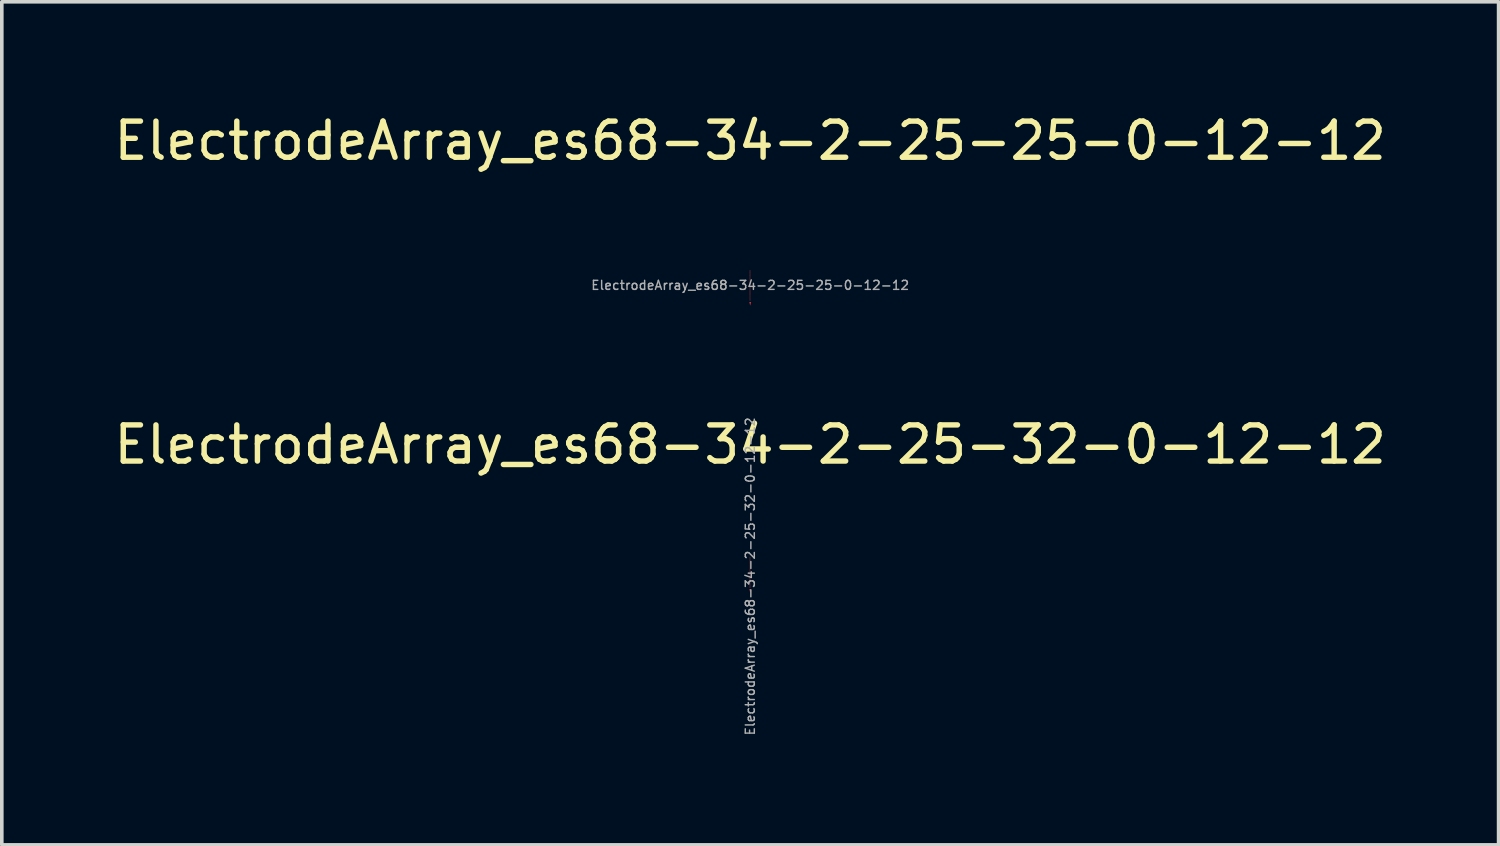
<source format=kicad_pcb>
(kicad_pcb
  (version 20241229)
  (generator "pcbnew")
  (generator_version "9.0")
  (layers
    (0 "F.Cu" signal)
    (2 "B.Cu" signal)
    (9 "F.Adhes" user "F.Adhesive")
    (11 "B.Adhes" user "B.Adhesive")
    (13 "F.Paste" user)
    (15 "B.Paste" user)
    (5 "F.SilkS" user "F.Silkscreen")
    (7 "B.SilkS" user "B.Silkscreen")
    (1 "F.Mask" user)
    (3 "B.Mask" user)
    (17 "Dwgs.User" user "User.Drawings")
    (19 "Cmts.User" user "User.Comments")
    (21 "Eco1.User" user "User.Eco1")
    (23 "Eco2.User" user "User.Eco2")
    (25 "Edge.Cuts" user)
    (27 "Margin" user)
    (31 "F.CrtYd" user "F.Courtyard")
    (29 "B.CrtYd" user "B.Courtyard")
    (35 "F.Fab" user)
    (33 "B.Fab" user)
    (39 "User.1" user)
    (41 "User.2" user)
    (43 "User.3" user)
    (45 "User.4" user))
  (footprint "ElectrodeArray_es68-34-2-25-25-0-12-12"
    (layer "F.Cu")
    (at 17.72 4.848)
    (property "Reference" "ElectrodeArray_es68-34-2-25-25-0-12-12" (at 0 -4 0) (layer "F.SilkS") (effects (font (size 1 1) (thickness 0.15))))
    (attr smd)
    (fp_text user "${REFERENCE}" (at 0 0 0) (unlocked yes) (layer "F.Fab") (effects (font (size 0.25 0.25) (thickness 0.04))))
    (pad "1" smd rect (at -0.013 -0.412) (size 0.012 0.012) (layers "F.Cu" "F.Mask" "F.Paste"))
    (pad "2" smd rect (at 0.013 -0.412) (size 0.012 0.012) (layers "F.Cu" "F.Mask" "F.Paste"))
    (pad "3" smd rect (at -0.013 -0.388) (size 0.012 0.012) (layers "F.Cu" "F.Mask" "F.Paste"))
    (pad "4" smd rect (at 0.013 -0.388) (size 0.012 0.012) (layers "F.Cu" "F.Mask" "F.Paste"))
    (pad "5" smd rect (at -0.013 -0.362) (size 0.012 0.012) (layers "F.Cu" "F.Mask" "F.Paste"))
    (pad "6" smd rect (at 0.013 -0.362) (size 0.012 0.012) (layers "F.Cu" "F.Mask" "F.Paste"))
    (pad "7" smd rect (at -0.013 -0.338) (size 0.012 0.012) (layers "F.Cu" "F.Mask" "F.Paste"))
    (pad "8" smd rect (at 0.013 -0.338) (size 0.012 0.012) (layers "F.Cu" "F.Mask" "F.Paste"))
    (pad "9" smd rect (at -0.013 -0.312) (size 0.012 0.012) (layers "F.Cu" "F.Mask" "F.Paste"))
    (pad "10" smd rect (at 0.013 -0.312) (size 0.012 0.012) (layers "F.Cu" "F.Mask" "F.Paste"))
    (pad "11" smd rect (at -0.013 -0.287) (size 0.012 0.012) (layers "F.Cu" "F.Mask" "F.Paste"))
    (pad "12" smd rect (at 0.013 -0.287) (size 0.012 0.012) (layers "F.Cu" "F.Mask" "F.Paste"))
    (pad "13" smd rect (at -0.013 -0.263) (size 0.012 0.012) (layers "F.Cu" "F.Mask" "F.Paste"))
    (pad "14" smd rect (at 0.013 -0.263) (size 0.012 0.012) (layers "F.Cu" "F.Mask" "F.Paste"))
    (pad "15" smd rect (at -0.013 -0.237) (size 0.012 0.012) (layers "F.Cu" "F.Mask" "F.Paste"))
    (pad "16" smd rect (at 0.013 -0.237) (size 0.012 0.012) (layers "F.Cu" "F.Mask" "F.Paste"))
    (pad "17" smd rect (at -0.013 -0.212) (size 0.012 0.012) (layers "F.Cu" "F.Mask" "F.Paste"))
    (pad "18" smd rect (at 0.013 -0.212) (size 0.012 0.012) (layers "F.Cu" "F.Mask" "F.Paste"))
    (pad "19" smd rect (at -0.013 -0.188) (size 0.012 0.012) (layers "F.Cu" "F.Mask" "F.Paste"))
    (pad "20" smd rect (at 0.013 -0.188) (size 0.012 0.012) (layers "F.Cu" "F.Mask" "F.Paste"))
    (pad "21" smd rect (at -0.013 -0.163) (size 0.012 0.012) (layers "F.Cu" "F.Mask" "F.Paste"))
    (pad "22" smd rect (at 0.013 -0.163) (size 0.012 0.012) (layers "F.Cu" "F.Mask" "F.Paste"))
    (pad "23" smd rect (at -0.013 -0.138) (size 0.012 0.012) (layers "F.Cu" "F.Mask" "F.Paste"))
    (pad "24" smd rect (at 0.013 -0.138) (size 0.012 0.012) (layers "F.Cu" "F.Mask" "F.Paste"))
    (pad "25" smd rect (at -0.013 -0.113) (size 0.012 0.012) (layers "F.Cu" "F.Mask" "F.Paste"))
    (pad "26" smd rect (at 0.013 -0.113) (size 0.012 0.012) (layers "F.Cu" "F.Mask" "F.Paste"))
    (pad "27" smd rect (at -0.013 -0.087) (size 0.012 0.012) (layers "F.Cu" "F.Mask" "F.Paste"))
    (pad "28" smd rect (at 0.013 -0.087) (size 0.012 0.012) (layers "F.Cu" "F.Mask" "F.Paste"))
    (pad "29" smd rect (at -0.013 -0.062) (size 0.012 0.012) (layers "F.Cu" "F.Mask" "F.Paste"))
    (pad "30" smd rect (at 0.013 -0.062) (size 0.012 0.012) (layers "F.Cu" "F.Mask" "F.Paste"))
    (pad "31" smd rect (at -0.013 -0.037) (size 0.012 0.012) (layers "F.Cu" "F.Mask" "F.Paste"))
    (pad "32" smd rect (at 0.013 -0.037) (size 0.012 0.012) (layers "F.Cu" "F.Mask" "F.Paste"))
    (pad "33" smd rect (at -0.013 -0.013) (size 0.012 0.012) (layers "F.Cu" "F.Mask" "F.Paste"))
    (pad "34" smd rect (at 0.013 -0.013) (size 0.012 0.012) (layers "F.Cu" "F.Mask" "F.Paste"))
    (pad "35" smd rect (at -0.013 0.013) (size 0.012 0.012) (layers "F.Cu" "F.Mask" "F.Paste"))
    (pad "36" smd rect (at 0.013 0.013) (size 0.012 0.012) (layers "F.Cu" "F.Mask" "F.Paste"))
    (pad "37" smd rect (at -0.013 0.037) (size 0.012 0.012) (layers "F.Cu" "F.Mask" "F.Paste"))
    (pad "38" smd rect (at 0.013 0.037) (size 0.012 0.012) (layers "F.Cu" "F.Mask" "F.Paste"))
    (pad "39" smd rect (at -0.013 0.062) (size 0.012 0.012) (layers "F.Cu" "F.Mask" "F.Paste"))
    (pad "40" smd rect (at 0.013 0.062) (size 0.012 0.012) (layers "F.Cu" "F.Mask" "F.Paste"))
    (pad "41" smd rect (at -0.013 0.087) (size 0.012 0.012) (layers "F.Cu" "F.Mask" "F.Paste"))
    (pad "42" smd rect (at 0.013 0.087) (size 0.012 0.012) (layers "F.Cu" "F.Mask" "F.Paste"))
    (pad "43" smd rect (at -0.013 0.113) (size 0.012 0.012) (layers "F.Cu" "F.Mask" "F.Paste"))
    (pad "44" smd rect (at 0.013 0.113) (size 0.012 0.012) (layers "F.Cu" "F.Mask" "F.Paste"))
    (pad "45" smd rect (at -0.013 0.138) (size 0.012 0.012) (layers "F.Cu" "F.Mask" "F.Paste"))
    (pad "46" smd rect (at 0.013 0.138) (size 0.012 0.012) (layers "F.Cu" "F.Mask" "F.Paste"))
    (pad "47" smd rect (at -0.013 0.163) (size 0.012 0.012) (layers "F.Cu" "F.Mask" "F.Paste"))
    (pad "48" smd rect (at 0.013 0.163) (size 0.012 0.012) (layers "F.Cu" "F.Mask" "F.Paste"))
    (pad "49" smd rect (at -0.013 0.188) (size 0.012 0.012) (layers "F.Cu" "F.Mask" "F.Paste"))
    (pad "50" smd rect (at 0.013 0.188) (size 0.012 0.012) (layers "F.Cu" "F.Mask" "F.Paste"))
    (pad "51" smd rect (at -0.013 0.212) (size 0.012 0.012) (layers "F.Cu" "F.Mask" "F.Paste"))
    (pad "52" smd rect (at 0.013 0.212) (size 0.012 0.012) (layers "F.Cu" "F.Mask" "F.Paste"))
    (pad "53" smd rect (at -0.013 0.237) (size 0.012 0.012) (layers "F.Cu" "F.Mask" "F.Paste"))
    (pad "54" smd rect (at 0.013 0.237) (size 0.012 0.012) (layers "F.Cu" "F.Mask" "F.Paste"))
    (pad "55" smd rect (at -0.013 0.263) (size 0.012 0.012) (layers "F.Cu" "F.Mask" "F.Paste"))
    (pad "56" smd rect (at 0.013 0.263) (size 0.012 0.012) (layers "F.Cu" "F.Mask" "F.Paste"))
    (pad "57" smd rect (at -0.013 0.287) (size 0.012 0.012) (layers "F.Cu" "F.Mask" "F.Paste"))
    (pad "58" smd rect (at 0.013 0.287) (size 0.012 0.012) (layers "F.Cu" "F.Mask" "F.Paste"))
    (pad "59" smd rect (at -0.013 0.312) (size 0.012 0.012) (layers "F.Cu" "F.Mask" "F.Paste"))
    (pad "60" smd rect (at 0.013 0.312) (size 0.012 0.012) (layers "F.Cu" "F.Mask" "F.Paste"))
    (pad "61" smd rect (at -0.013 0.338) (size 0.012 0.012) (layers "F.Cu" "F.Mask" "F.Paste"))
    (pad "62" smd rect (at 0.013 0.338) (size 0.012 0.012) (layers "F.Cu" "F.Mask" "F.Paste"))
    (pad "63" smd rect (at -0.013 0.362) (size 0.012 0.012) (layers "F.Cu" "F.Mask" "F.Paste"))
    (pad "64" smd rect (at 0.013 0.362) (size 0.012 0.012) (layers "F.Cu" "F.Mask" "F.Paste"))
    (pad "65" smd rect (at -0.013 0.388) (size 0.012 0.012) (layers "F.Cu" "F.Mask" "F.Paste"))
    (pad "66" smd rect (at 0.013 0.388) (size 0.012 0.012) (layers "F.Cu" "F.Mask" "F.Paste"))
    (pad "67" smd rect (at -0.013 0.412) (size 0.012 0.012) (layers "F.Cu" "F.Mask" "F.Paste"))
    (pad "68" smd rect (at 0.013 0.412) (size 0.012 0.012) (layers "F.Cu" "F.Mask" "F.Paste"))
    (pad "MP" smd custom (at 0 0.476) (size 0.012 0.012) (layers "F.Cu" "F.Mask" "F.Paste") (options (anchor rect)) (primitives (gr_poly (pts (xy 0.025 -0.013) (xy 0 0.087) (xy -0.025 -0.013)) (width 0) (fill yes)))))
  (footprint "ElectrodeArray_es68-34-2-25-32-0-12-12"
    (layer "F.Cu")
    (at 17.72 13.259)
    (property "Reference" "ElectrodeArray_es68-34-2-25-32-0-12-12" (at 0 -4 0) (layer "F.SilkS") (effects (font (size 1 1) (thickness 0.15))))
    (attr smd)
    (fp_text user "${REFERENCE}" (at 0 -0.352 90) (unlocked yes) (layer "F.Fab") (effects (font (size 0.25 0.25) (thickness 0.04))))
    (pad "1" smd rect (at -0.016 -0.875) (size 0.012 0.012) (layers "F.Cu" "F.Mask" "F.Paste"))
    (pad "2" smd rect (at 0.016 -0.875) (size 0.012 0.012) (layers "F.Cu" "F.Mask" "F.Paste"))
    (pad "3" smd rect (at -0.016 -0.851) (size 0.012 0.012) (layers "F.Cu" "F.Mask" "F.Paste"))
    (pad "4" smd rect (at 0.016 -0.851) (size 0.012 0.012) (layers "F.Cu" "F.Mask" "F.Paste"))
    (pad "5" smd rect (at -0.016 -0.826) (size 0.012 0.012) (layers "F.Cu" "F.Mask" "F.Paste"))
    (pad "6" smd rect (at 0.016 -0.826) (size 0.012 0.012) (layers "F.Cu" "F.Mask" "F.Paste"))
    (pad "7" smd rect (at -0.016 -0.8) (size 0.012 0.012) (layers "F.Cu" "F.Mask" "F.Paste"))
    (pad "8" smd rect (at 0.016 -0.8) (size 0.012 0.012) (layers "F.Cu" "F.Mask" "F.Paste"))
    (pad "9" smd rect (at -0.016 -0.775) (size 0.012 0.012) (layers "F.Cu" "F.Mask" "F.Paste"))
    (pad "10" smd rect (at 0.016 -0.775) (size 0.012 0.012) (layers "F.Cu" "F.Mask" "F.Paste"))
    (pad "11" smd rect (at -0.016 -0.75) (size 0.012 0.012) (layers "F.Cu" "F.Mask" "F.Paste"))
    (pad "12" smd rect (at 0.016 -0.75) (size 0.012 0.012) (layers "F.Cu" "F.Mask" "F.Paste"))
    (pad "13" smd rect (at -0.016 -0.726) (size 0.012 0.012) (layers "F.Cu" "F.Mask" "F.Paste"))
    (pad "14" smd rect (at 0.016 -0.726) (size 0.012 0.012) (layers "F.Cu" "F.Mask" "F.Paste"))
    (pad "15" smd rect (at -0.016 -0.701) (size 0.012 0.012) (layers "F.Cu" "F.Mask" "F.Paste"))
    (pad "16" smd rect (at 0.016 -0.701) (size 0.012 0.012) (layers "F.Cu" "F.Mask" "F.Paste"))
    (pad "17" smd rect (at -0.016 -0.675) (size 0.012 0.012) (layers "F.Cu" "F.Mask" "F.Paste"))
    (pad "18" smd rect (at 0.016 -0.675) (size 0.012 0.012) (layers "F.Cu" "F.Mask" "F.Paste"))
    (pad "19" smd rect (at -0.016 -0.65) (size 0.012 0.012) (layers "F.Cu" "F.Mask" "F.Paste"))
    (pad "20" smd rect (at 0.016 -0.65) (size 0.012 0.012) (layers "F.Cu" "F.Mask" "F.Paste"))
    (pad "21" smd rect (at -0.016 -0.625) (size 0.012 0.012) (layers "F.Cu" "F.Mask" "F.Paste"))
    (pad "22" smd rect (at 0.016 -0.625) (size 0.012 0.012) (layers "F.Cu" "F.Mask" "F.Paste"))
    (pad "23" smd rect (at -0.016 -0.601) (size 0.012 0.012) (layers "F.Cu" "F.Mask" "F.Paste"))
    (pad "24" smd rect (at 0.016 -0.601) (size 0.012 0.012) (layers "F.Cu" "F.Mask" "F.Paste"))
    (pad "25" smd rect (at -0.016 -0.576) (size 0.012 0.012) (layers "F.Cu" "F.Mask" "F.Paste"))
    (pad "26" smd rect (at 0.016 -0.576) (size 0.012 0.012) (layers "F.Cu" "F.Mask" "F.Paste"))
    (pad "27" smd rect (at -0.016 -0.55) (size 0.012 0.012) (layers "F.Cu" "F.Mask" "F.Paste"))
    (pad "28" smd rect (at 0.016 -0.55) (size 0.012 0.012) (layers "F.Cu" "F.Mask" "F.Paste"))
    (pad "29" smd rect (at -0.016 -0.525) (size 0.012 0.012) (layers "F.Cu" "F.Mask" "F.Paste"))
    (pad "30" smd rect (at 0.016 -0.525) (size 0.012 0.012) (layers "F.Cu" "F.Mask" "F.Paste"))
    (pad "31" smd rect (at -0.016 -0.5) (size 0.012 0.012) (layers "F.Cu" "F.Mask" "F.Paste"))
    (pad "32" smd rect (at 0.016 -0.5) (size 0.012 0.012) (layers "F.Cu" "F.Mask" "F.Paste"))
    (pad "33" smd rect (at -0.016 -0.475) (size 0.012 0.012) (layers "F.Cu" "F.Mask" "F.Paste"))
    (pad "34" smd rect (at 0.016 -0.475) (size 0.012 0.012) (layers "F.Cu" "F.Mask" "F.Paste"))
    (pad "35" smd rect (at -0.016 -0.451) (size 0.012 0.012) (layers "F.Cu" "F.Mask" "F.Paste"))
    (pad "36" smd rect (at 0.016 -0.451) (size 0.012 0.012) (layers "F.Cu" "F.Mask" "F.Paste"))
    (pad "37" smd rect (at -0.016 -0.425) (size 0.012 0.012) (layers "F.Cu" "F.Mask" "F.Paste"))
    (pad "38" smd rect (at 0.016 -0.425) (size 0.012 0.012) (layers "F.Cu" "F.Mask" "F.Paste"))
    (pad "39" smd rect (at -0.016 -0.401) (size 0.012 0.012) (layers "F.Cu" "F.Mask" "F.Paste"))
    (pad "40" smd rect (at 0.016 -0.401) (size 0.012 0.012) (layers "F.Cu" "F.Mask" "F.Paste"))
    (pad "41" smd rect (at -0.016 -0.376) (size 0.012 0.012) (layers "F.Cu" "F.Mask" "F.Paste"))
    (pad "42" smd rect (at 0.016 -0.376) (size 0.012 0.012) (layers "F.Cu" "F.Mask" "F.Paste"))
    (pad "43" smd rect (at -0.016 -0.35) (size 0.012 0.012) (layers "F.Cu" "F.Mask" "F.Paste"))
    (pad "44" smd rect (at 0.016 -0.35) (size 0.012 0.012) (layers "F.Cu" "F.Mask" "F.Paste"))
    (pad "45" smd rect (at -0.016 -0.326) (size 0.012 0.012) (layers "F.Cu" "F.Mask" "F.Paste"))
    (pad "46" smd rect (at 0.016 -0.326) (size 0.012 0.012) (layers "F.Cu" "F.Mask" "F.Paste"))
    (pad "47" smd rect (at -0.016 -0.3) (size 0.012 0.012) (layers "F.Cu" "F.Mask" "F.Paste"))
    (pad "48" smd rect (at 0.016 -0.3) (size 0.012 0.012) (layers "F.Cu" "F.Mask" "F.Paste"))
    (pad "49" smd rect (at -0.016 -0.276) (size 0.012 0.012) (layers "F.Cu" "F.Mask" "F.Paste"))
    (pad "50" smd rect (at 0.016 -0.276) (size 0.012 0.012) (layers "F.Cu" "F.Mask" "F.Paste"))
    (pad "51" smd rect (at -0.016 -0.251) (size 0.012 0.012) (layers "F.Cu" "F.Mask" "F.Paste"))
    (pad "52" smd rect (at 0.016 -0.251) (size 0.012 0.012) (layers "F.Cu" "F.Mask" "F.Paste"))
    (pad "53" smd rect (at -0.016 -0.226) (size 0.012 0.012) (layers "F.Cu" "F.Mask" "F.Paste"))
    (pad "54" smd rect (at 0.016 -0.226) (size 0.012 0.012) (layers "F.Cu" "F.Mask" "F.Paste"))
    (pad "55" smd rect (at -0.016 -0.201) (size 0.012 0.012) (layers "F.Cu" "F.Mask" "F.Paste"))
    (pad "56" smd rect (at 0.016 -0.201) (size 0.012 0.012) (layers "F.Cu" "F.Mask" "F.Paste"))
    (pad "57" smd rect (at -0.016 -0.175) (size 0.012 0.012) (layers "F.Cu" "F.Mask" "F.Paste"))
    (pad "58" smd rect (at 0.016 -0.175) (size 0.012 0.012) (layers "F.Cu" "F.Mask" "F.Paste"))
    (pad "59" smd rect (at -0.016 -0.15) (size 0.012 0.012) (layers "F.Cu" "F.Mask" "F.Paste"))
    (pad "60" smd rect (at 0.016 -0.15) (size 0.012 0.012) (layers "F.Cu" "F.Mask" "F.Paste"))
    (pad "61" smd rect (at -0.016 -0.126) (size 0.012 0.012) (layers "F.Cu" "F.Mask" "F.Paste"))
    (pad "62" smd rect (at 0.016 -0.126) (size 0.012 0.012) (layers "F.Cu" "F.Mask" "F.Paste"))
    (pad "63" smd rect (at -0.016 -0.101) (size 0.012 0.012) (layers "F.Cu" "F.Mask" "F.Paste"))
    (pad "64" smd rect (at 0.016 -0.101) (size 0.012 0.012) (layers "F.Cu" "F.Mask" "F.Paste"))
    (pad "65" smd rect (at -0.016 -0.075) (size 0.012 0.012) (layers "F.Cu" "F.Mask" "F.Paste"))
    (pad "66" smd rect (at 0.016 -0.075) (size 0.012 0.012) (layers "F.Cu" "F.Mask" "F.Paste"))
    (pad "67" smd rect (at -0.016 -0.051) (size 0.012 0.012) (layers "F.Cu" "F.Mask" "F.Paste"))
    (pad "68" smd rect (at 0.016 -0.051) (size 0.012 0.012) (layers "F.Cu" "F.Mask" "F.Paste"))
    (pad "MP" smd custom (at 0 0.013) (size 0.012 0.012) (layers "F.Cu" "F.Mask" "F.Paste") (options (anchor rect)) (primitives (gr_poly (pts (xy 0.025 -0.013) (xy 0 0.087) (xy -0.025 -0.013)) (width 0) (fill yes)))))
  (gr_rect
    (start -3 -3)
    (end 38.44 20.341)
    (stroke (width 0.1) (type default))
    (fill no)
    (layer "Edge.Cuts")))
</source>
